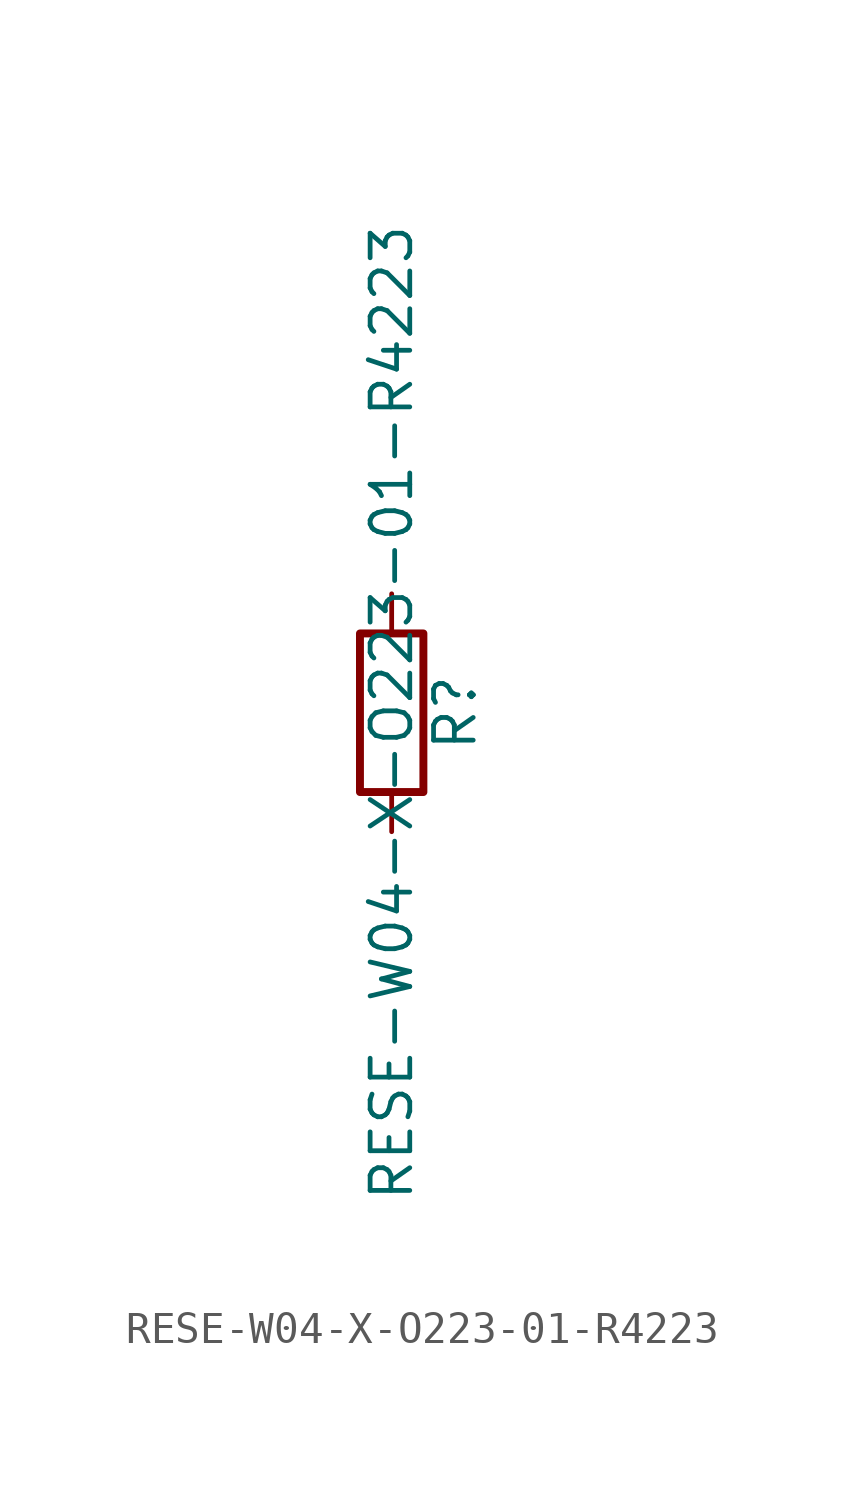
<source format=kicad_sym>
(kicad_symbol_lib
  (version 20211014)
  (generator kicad_symbol_editor)
  (symbol "RESE-W04-X-O223-01-R4223"
    (pin_numbers hide)
    (pin_names
      (offset 0))
    (property "Reference" "R"
      (at 2.032 0 90)
      (effects (font (size 1.27 1.27))))
    (property "Value" "RESE-W04-X-O223-01-R4223"
      (at 0 0 90)
      (effects (font (size 1.27 1.27))))
    (symbol "RESE-W04-X-O223-01-R4223_0_1"
      (rectangle (start -1.016 -2.54) (end 1.016 2.54) (stroke (width 0.254) (type default) (color 0 0 0 0)) (fill (type none))))
    (symbol "RESE-W04-X-O223-01-R4223_1_1"
      (pin passive line (at 0 3.81 270) (length 1.27) (name "~" (effects (font (size 1.27 1.27)))) (number "1" (effects (font (size 1.27 1.27)))))
      (pin passive line (at 0 -3.81 90) (length 1.27) (name "~" (effects (font (size 1.27 1.27)))) (number "2" (effects (font (size 1.27 1.27))))))))
</source>
